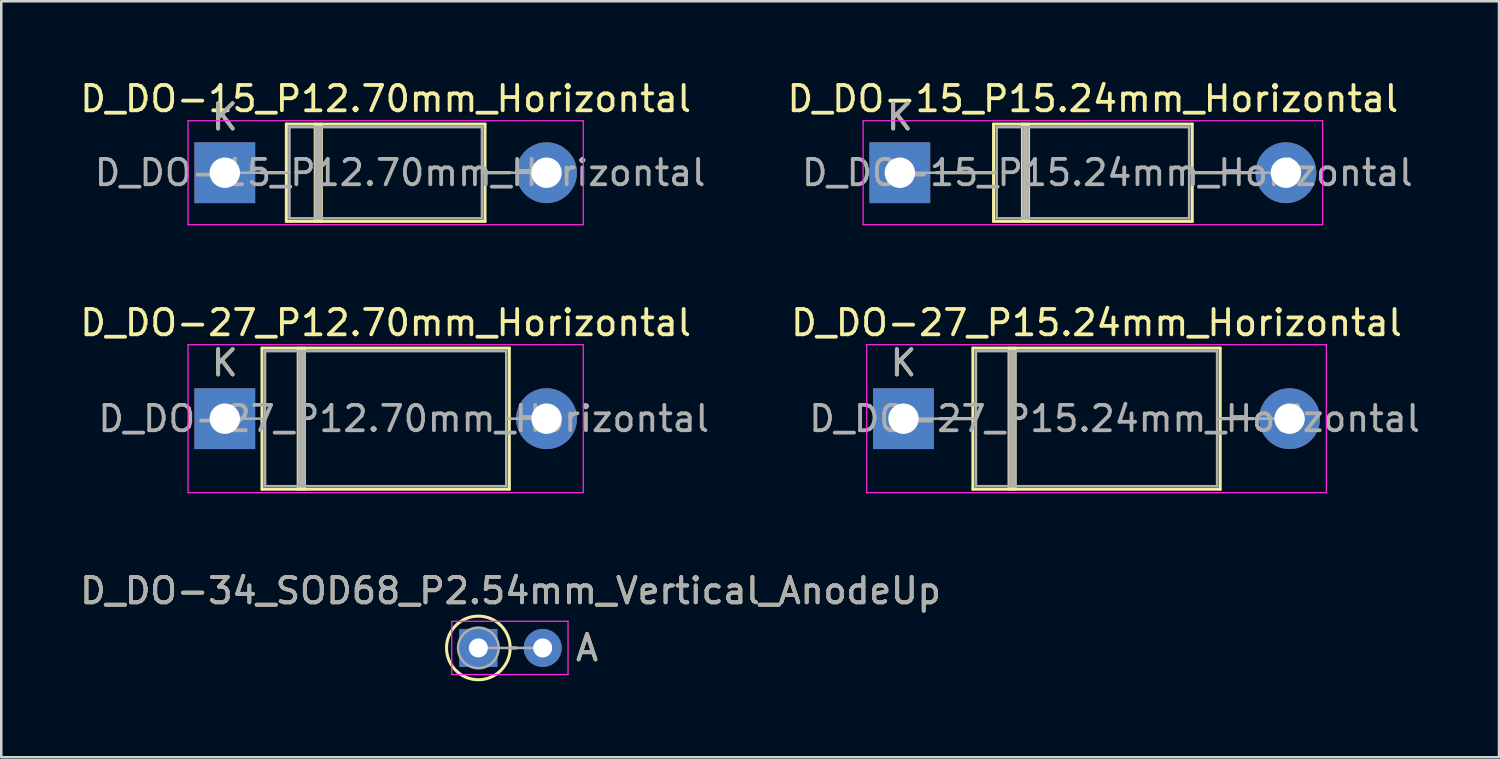
<source format=kicad_pcb>
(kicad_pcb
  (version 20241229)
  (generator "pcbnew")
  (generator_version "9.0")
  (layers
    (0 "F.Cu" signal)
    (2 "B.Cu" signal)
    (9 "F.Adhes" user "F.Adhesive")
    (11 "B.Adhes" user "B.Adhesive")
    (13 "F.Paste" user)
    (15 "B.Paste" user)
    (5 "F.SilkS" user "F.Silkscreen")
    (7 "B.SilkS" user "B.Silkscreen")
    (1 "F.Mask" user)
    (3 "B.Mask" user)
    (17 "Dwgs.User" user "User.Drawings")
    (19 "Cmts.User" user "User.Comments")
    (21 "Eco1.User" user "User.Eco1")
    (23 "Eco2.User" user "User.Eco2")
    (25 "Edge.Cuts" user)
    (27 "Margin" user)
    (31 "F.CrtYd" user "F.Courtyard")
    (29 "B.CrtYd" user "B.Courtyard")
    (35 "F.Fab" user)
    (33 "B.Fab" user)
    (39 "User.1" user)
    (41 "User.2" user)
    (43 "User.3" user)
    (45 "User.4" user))
  (footprint "D_DO-15_P15.24mm_Horizontal"
    (layer "F.Cu")
    (at 32.468 3.768)
    (property "Reference" "D_DO-15_P15.24mm_Horizontal" (at 7.62 -2.92 0) (layer "F.SilkS") (effects (font (size 1 1) (thickness 0.15))))
    (attr through_hole)
    (fp_line (start 1.44 0) (end 3.7 0) (stroke (width 0.12) (type solid)) (layer "F.SilkS"))
    (fp_line (start 3.7 -1.92) (end 3.7 1.92) (stroke (width 0.12) (type solid)) (layer "F.SilkS"))
    (fp_line (start 3.7 1.92) (end 11.54 1.92) (stroke (width 0.12) (type solid)) (layer "F.SilkS"))
    (fp_line (start 4.84 -1.92) (end 4.84 1.92) (stroke (width 0.12) (type solid)) (layer "F.SilkS"))
    (fp_line (start 4.96 -1.92) (end 4.96 1.92) (stroke (width 0.12) (type solid)) (layer "F.SilkS"))
    (fp_line (start 5.08 -1.92) (end 5.08 1.92) (stroke (width 0.12) (type solid)) (layer "F.SilkS"))
    (fp_line (start 11.54 -1.92) (end 3.7 -1.92) (stroke (width 0.12) (type solid)) (layer "F.SilkS"))
    (fp_line (start 11.54 1.92) (end 11.54 -1.92) (stroke (width 0.12) (type solid)) (layer "F.SilkS"))
    (fp_line (start 13.8 0) (end 11.54 0) (stroke (width 0.12) (type solid)) (layer "F.SilkS"))
    (fp_line (start -1.45 -2.05) (end -1.45 2.05) (stroke (width 0.05) (type solid)) (layer "F.CrtYd"))
    (fp_line (start -1.45 2.05) (end 16.69 2.05) (stroke (width 0.05) (type solid)) (layer "F.CrtYd"))
    (fp_line (start 16.69 -2.05) (end -1.45 -2.05) (stroke (width 0.05) (type solid)) (layer "F.CrtYd"))
    (fp_line (start 16.69 2.05) (end 16.69 -2.05) (stroke (width 0.05) (type solid)) (layer "F.CrtYd"))
    (fp_line (start 0 0) (end 3.82 0) (stroke (width 0.1) (type solid)) (layer "F.Fab"))
    (fp_line (start 3.82 -1.8) (end 3.82 1.8) (stroke (width 0.1) (type solid)) (layer "F.Fab"))
    (fp_line (start 3.82 1.8) (end 11.42 1.8) (stroke (width 0.1) (type solid)) (layer "F.Fab"))
    (fp_line (start 4.86 -1.8) (end 4.86 1.8) (stroke (width 0.1) (type solid)) (layer "F.Fab"))
    (fp_line (start 4.96 -1.8) (end 4.96 1.8) (stroke (width 0.1) (type solid)) (layer "F.Fab"))
    (fp_line (start 5.06 -1.8) (end 5.06 1.8) (stroke (width 0.1) (type solid)) (layer "F.Fab"))
    (fp_line (start 11.42 -1.8) (end 3.82 -1.8) (stroke (width 0.1) (type solid)) (layer "F.Fab"))
    (fp_line (start 11.42 1.8) (end 11.42 -1.8) (stroke (width 0.1) (type solid)) (layer "F.Fab"))
    (fp_line (start 15.24 0) (end 11.42 0) (stroke (width 0.1) (type solid)) (layer "F.Fab"))
    (fp_text user "K" (at 0 -2.2 0) (layer "F.SilkS") (effects (font (size 1 1) (thickness 0.15))))
    (fp_text user "K" (at 0 -2.2 0) (layer "F.Fab") (effects (font (size 1 1) (thickness 0.15))))
    (fp_text user "${REFERENCE}" (at 8.19 0 0) (layer "F.Fab") (effects (font (size 1 1) (thickness 0.15))))
    (pad "1" thru_hole rect (at 0 0) (size 2.4 2.4) (drill 1.2) (layers "*.Cu" "*.Mask"))
    (pad "2" thru_hole oval (at 15.24 0) (size 2.4 2.4) (drill 1.2) (layers "*.Cu" "*.Mask")))
  (footprint "D_DO-27_P15.24mm_Horizontal"
    (layer "F.Cu")
    (at 32.612 13.476)
    (property "Reference" "D_DO-27_P15.24mm_Horizontal" (at 7.62 -3.785 0) (layer "F.SilkS") (effects (font (size 1 1) (thickness 0.15))))
    (attr through_hole)
    (fp_line (start 1.44 0) (end 2.74 0) (stroke (width 0.12) (type solid)) (layer "F.SilkS"))
    (fp_line (start 2.74 -2.785) (end 2.74 2.785) (stroke (width 0.12) (type solid)) (layer "F.SilkS"))
    (fp_line (start 2.74 2.785) (end 12.5 2.785) (stroke (width 0.12) (type solid)) (layer "F.SilkS"))
    (fp_line (start 4.168 -2.785) (end 4.168 2.785) (stroke (width 0.12) (type solid)) (layer "F.SilkS"))
    (fp_line (start 4.288 -2.785) (end 4.288 2.785) (stroke (width 0.12) (type solid)) (layer "F.SilkS"))
    (fp_line (start 4.408 -2.785) (end 4.408 2.785) (stroke (width 0.12) (type solid)) (layer "F.SilkS"))
    (fp_line (start 12.5 -2.785) (end 2.74 -2.785) (stroke (width 0.12) (type solid)) (layer "F.SilkS"))
    (fp_line (start 12.5 2.785) (end 12.5 -2.785) (stroke (width 0.12) (type solid)) (layer "F.SilkS"))
    (fp_line (start 13.8 0) (end 12.5 0) (stroke (width 0.12) (type solid)) (layer "F.SilkS"))
    (fp_line (start -1.45 -2.92) (end -1.45 2.92) (stroke (width 0.05) (type solid)) (layer "F.CrtYd"))
    (fp_line (start -1.45 2.92) (end 16.69 2.92) (stroke (width 0.05) (type solid)) (layer "F.CrtYd"))
    (fp_line (start 16.69 -2.92) (end -1.45 -2.92) (stroke (width 0.05) (type solid)) (layer "F.CrtYd"))
    (fp_line (start 16.69 2.92) (end 16.69 -2.92) (stroke (width 0.05) (type solid)) (layer "F.CrtYd"))
    (fp_line (start 0 0) (end 2.86 0) (stroke (width 0.1) (type solid)) (layer "F.Fab"))
    (fp_line (start 2.86 -2.665) (end 2.86 2.665) (stroke (width 0.1) (type solid)) (layer "F.Fab"))
    (fp_line (start 2.86 2.665) (end 12.38 2.665) (stroke (width 0.1) (type solid)) (layer "F.Fab"))
    (fp_line (start 4.188 -2.665) (end 4.188 2.665) (stroke (width 0.1) (type solid)) (layer "F.Fab"))
    (fp_line (start 4.288 -2.665) (end 4.288 2.665) (stroke (width 0.1) (type solid)) (layer "F.Fab"))
    (fp_line (start 4.388 -2.665) (end 4.388 2.665) (stroke (width 0.1) (type solid)) (layer "F.Fab"))
    (fp_line (start 12.38 -2.665) (end 2.86 -2.665) (stroke (width 0.1) (type solid)) (layer "F.Fab"))
    (fp_line (start 12.38 2.665) (end 12.38 -2.665) (stroke (width 0.1) (type solid)) (layer "F.Fab"))
    (fp_line (start 15.24 0) (end 12.38 0) (stroke (width 0.1) (type solid)) (layer "F.Fab"))
    (fp_text user "K" (at 0 -2.2 0) (layer "F.SilkS") (effects (font (size 1 1) (thickness 0.15))))
    (fp_text user "K" (at 0 -2.2 0) (layer "F.Fab") (effects (font (size 1 1) (thickness 0.15))))
    (fp_text user "${REFERENCE}" (at 8.334 0 0) (layer "F.Fab") (effects (font (size 1 1) (thickness 0.15))))
    (pad "1" thru_hole rect (at 0 0) (size 2.4 2.4) (drill 1.2) (layers "*.Cu" "*.Mask"))
    (pad "2" thru_hole oval (at 15.24 0) (size 2.4 2.4) (drill 1.2) (layers "*.Cu" "*.Mask")))
  (footprint "D_DO-27_P12.70mm_Horizontal"
    (layer "F.Cu")
    (at 5.823 13.476)
    (property "Reference" "D_DO-27_P12.70mm_Horizontal" (at 6.35 -3.785 0) (layer "F.SilkS") (effects (font (size 1 1) (thickness 0.15))))
    (attr through_hole)
    (fp_line (start 1.44 0) (end 1.47 0) (stroke (width 0.12) (type solid)) (layer "F.SilkS"))
    (fp_line (start 1.47 -2.785) (end 1.47 2.785) (stroke (width 0.12) (type solid)) (layer "F.SilkS"))
    (fp_line (start 1.47 2.785) (end 11.23 2.785) (stroke (width 0.12) (type solid)) (layer "F.SilkS"))
    (fp_line (start 2.898 -2.785) (end 2.898 2.785) (stroke (width 0.12) (type solid)) (layer "F.SilkS"))
    (fp_line (start 3.018 -2.785) (end 3.018 2.785) (stroke (width 0.12) (type solid)) (layer "F.SilkS"))
    (fp_line (start 3.138 -2.785) (end 3.138 2.785) (stroke (width 0.12) (type solid)) (layer "F.SilkS"))
    (fp_line (start 11.23 -2.785) (end 1.47 -2.785) (stroke (width 0.12) (type solid)) (layer "F.SilkS"))
    (fp_line (start 11.23 2.785) (end 11.23 -2.785) (stroke (width 0.12) (type solid)) (layer "F.SilkS"))
    (fp_line (start 11.26 0) (end 11.23 0) (stroke (width 0.12) (type solid)) (layer "F.SilkS"))
    (fp_line (start -1.45 -2.92) (end -1.45 2.92) (stroke (width 0.05) (type solid)) (layer "F.CrtYd"))
    (fp_line (start -1.45 2.92) (end 14.15 2.92) (stroke (width 0.05) (type solid)) (layer "F.CrtYd"))
    (fp_line (start 14.15 -2.92) (end -1.45 -2.92) (stroke (width 0.05) (type solid)) (layer "F.CrtYd"))
    (fp_line (start 14.15 2.92) (end 14.15 -2.92) (stroke (width 0.05) (type solid)) (layer "F.CrtYd"))
    (fp_line (start 0 0) (end 1.59 0) (stroke (width 0.1) (type solid)) (layer "F.Fab"))
    (fp_line (start 1.59 -2.665) (end 1.59 2.665) (stroke (width 0.1) (type solid)) (layer "F.Fab"))
    (fp_line (start 1.59 2.665) (end 11.11 2.665) (stroke (width 0.1) (type solid)) (layer "F.Fab"))
    (fp_line (start 2.918 -2.665) (end 2.918 2.665) (stroke (width 0.1) (type solid)) (layer "F.Fab"))
    (fp_line (start 3.018 -2.665) (end 3.018 2.665) (stroke (width 0.1) (type solid)) (layer "F.Fab"))
    (fp_line (start 3.118 -2.665) (end 3.118 2.665) (stroke (width 0.1) (type solid)) (layer "F.Fab"))
    (fp_line (start 11.11 -2.665) (end 1.59 -2.665) (stroke (width 0.1) (type solid)) (layer "F.Fab"))
    (fp_line (start 11.11 2.665) (end 11.11 -2.665) (stroke (width 0.1) (type solid)) (layer "F.Fab"))
    (fp_line (start 12.7 0) (end 11.11 0) (stroke (width 0.1) (type solid)) (layer "F.Fab"))
    (fp_text user "K" (at 0 -2.2 0) (layer "F.SilkS") (effects (font (size 1 1) (thickness 0.15))))
    (fp_text user "K" (at 0 -2.2 0) (layer "F.Fab") (effects (font (size 1 1) (thickness 0.15))))
    (fp_text user "${REFERENCE}" (at 7.064 0 0) (layer "F.Fab") (effects (font (size 1 1) (thickness 0.15))))
    (pad "1" thru_hole rect (at 0 0) (size 2.4 2.4) (drill 1.2) (layers "*.Cu" "*.Mask"))
    (pad "2" thru_hole oval (at 12.7 0) (size 2.4 2.4) (drill 1.2) (layers "*.Cu" "*.Mask")))
  (footprint "D_DO-15_P12.70mm_Horizontal"
    (layer "F.Cu")
    (at 5.823 3.768)
    (property "Reference" "D_DO-15_P12.70mm_Horizontal" (at 6.35 -2.92 0) (layer "F.SilkS") (effects (font (size 1 1) (thickness 0.15))))
    (attr through_hole)
    (fp_line (start 1.44 0) (end 2.43 0) (stroke (width 0.12) (type solid)) (layer "F.SilkS"))
    (fp_line (start 2.43 -1.92) (end 2.43 1.92) (stroke (width 0.12) (type solid)) (layer "F.SilkS"))
    (fp_line (start 2.43 1.92) (end 10.27 1.92) (stroke (width 0.12) (type solid)) (layer "F.SilkS"))
    (fp_line (start 3.57 -1.92) (end 3.57 1.92) (stroke (width 0.12) (type solid)) (layer "F.SilkS"))
    (fp_line (start 3.69 -1.92) (end 3.69 1.92) (stroke (width 0.12) (type solid)) (layer "F.SilkS"))
    (fp_line (start 3.81 -1.92) (end 3.81 1.92) (stroke (width 0.12) (type solid)) (layer "F.SilkS"))
    (fp_line (start 10.27 -1.92) (end 2.43 -1.92) (stroke (width 0.12) (type solid)) (layer "F.SilkS"))
    (fp_line (start 10.27 1.92) (end 10.27 -1.92) (stroke (width 0.12) (type solid)) (layer "F.SilkS"))
    (fp_line (start 11.26 0) (end 10.27 0) (stroke (width 0.12) (type solid)) (layer "F.SilkS"))
    (fp_line (start -1.45 -2.05) (end -1.45 2.05) (stroke (width 0.05) (type solid)) (layer "F.CrtYd"))
    (fp_line (start -1.45 2.05) (end 14.15 2.05) (stroke (width 0.05) (type solid)) (layer "F.CrtYd"))
    (fp_line (start 14.15 -2.05) (end -1.45 -2.05) (stroke (width 0.05) (type solid)) (layer "F.CrtYd"))
    (fp_line (start 14.15 2.05) (end 14.15 -2.05) (stroke (width 0.05) (type solid)) (layer "F.CrtYd"))
    (fp_line (start 0 0) (end 2.55 0) (stroke (width 0.1) (type solid)) (layer "F.Fab"))
    (fp_line (start 2.55 -1.8) (end 2.55 1.8) (stroke (width 0.1) (type solid)) (layer "F.Fab"))
    (fp_line (start 2.55 1.8) (end 10.15 1.8) (stroke (width 0.1) (type solid)) (layer "F.Fab"))
    (fp_line (start 3.59 -1.8) (end 3.59 1.8) (stroke (width 0.1) (type solid)) (layer "F.Fab"))
    (fp_line (start 3.69 -1.8) (end 3.69 1.8) (stroke (width 0.1) (type solid)) (layer "F.Fab"))
    (fp_line (start 3.79 -1.8) (end 3.79 1.8) (stroke (width 0.1) (type solid)) (layer "F.Fab"))
    (fp_line (start 10.15 -1.8) (end 2.55 -1.8) (stroke (width 0.1) (type solid)) (layer "F.Fab"))
    (fp_line (start 10.15 1.8) (end 10.15 -1.8) (stroke (width 0.1) (type solid)) (layer "F.Fab"))
    (fp_line (start 12.7 0) (end 10.15 0) (stroke (width 0.1) (type solid)) (layer "F.Fab"))
    (fp_text user "K" (at 0 -2.2 0) (layer "F.SilkS") (effects (font (size 1 1) (thickness 0.15))))
    (fp_text user "K" (at 0 -2.2 0) (layer "F.Fab") (effects (font (size 1 1) (thickness 0.15))))
    (fp_text user "${REFERENCE}" (at 6.92 0 0) (layer "F.Fab") (effects (font (size 1 1) (thickness 0.15))))
    (pad "1" thru_hole rect (at 0 0) (size 2.4 2.4) (drill 1.2) (layers "*.Cu" "*.Mask"))
    (pad "2" thru_hole oval (at 12.7 0) (size 2.4 2.4) (drill 1.2) (layers "*.Cu" "*.Mask")))
  (footprint "D_DO-34_SOD68_P2.54mm_Vertical_AnodeUp"
    (layer "F.Cu")
    (at 15.831 22.525)
    (property "Reference" "D_DO-34_SOD68_P2.54mm_Vertical_AnodeUp" (at 1.27 -2.256 0) (layer "F.SilkS") (effects (font (size 1 1) (thickness 0.15))))
    (attr through_hole)
    (fp_line (start 1.256 0) (end 1.49 0) (stroke (width 0.12) (type solid)) (layer "F.SilkS"))
    (fp_circle (center 0 0) (end 1.256 0) (stroke (width 0.12) (type solid)) (fill no) (layer "F.SilkS"))
    (fp_line (start -1.05 -1.05) (end -1.05 1.05) (stroke (width 0.05) (type solid)) (layer "F.CrtYd"))
    (fp_line (start -1.05 1.05) (end 3.54 1.05) (stroke (width 0.05) (type solid)) (layer "F.CrtYd"))
    (fp_line (start 3.54 -1.05) (end -1.05 -1.05) (stroke (width 0.05) (type solid)) (layer "F.CrtYd"))
    (fp_line (start 3.54 1.05) (end 3.54 -1.05) (stroke (width 0.05) (type solid)) (layer "F.CrtYd"))
    (fp_line (start 0 0) (end 2.54 0) (stroke (width 0.1) (type solid)) (layer "F.Fab"))
    (fp_circle (center 0 0) (end 0.8 0) (stroke (width 0.1) (type solid)) (fill no) (layer "F.Fab"))
    (fp_text user "A" (at 4.29 0 0) (layer "F.SilkS") (effects (font (size 1 1) (thickness 0.15))))
    (fp_text user "${REFERENCE}" (at 1.27 -2.256 0) (layer "F.Fab") (effects (font (size 1 1) (thickness 0.15))))
    (fp_text user "A" (at 4.29 0 0) (layer "F.Fab") (effects (font (size 1 1) (thickness 0.15))))
    (pad "1" thru_hole rect (at 0 0) (size 1.5 1.5) (drill 0.75) (layers "*.Cu" "*.Mask"))
    (pad "2" thru_hole oval (at 2.54 0) (size 1.5 1.5) (drill 0.75) (layers "*.Cu" "*.Mask")))
  (gr_rect
    (start -3 -3)
    (end 56.118 26.841)
    (stroke (width 0.1) (type default))
    (fill no)
    (layer "Edge.Cuts")))
</source>
